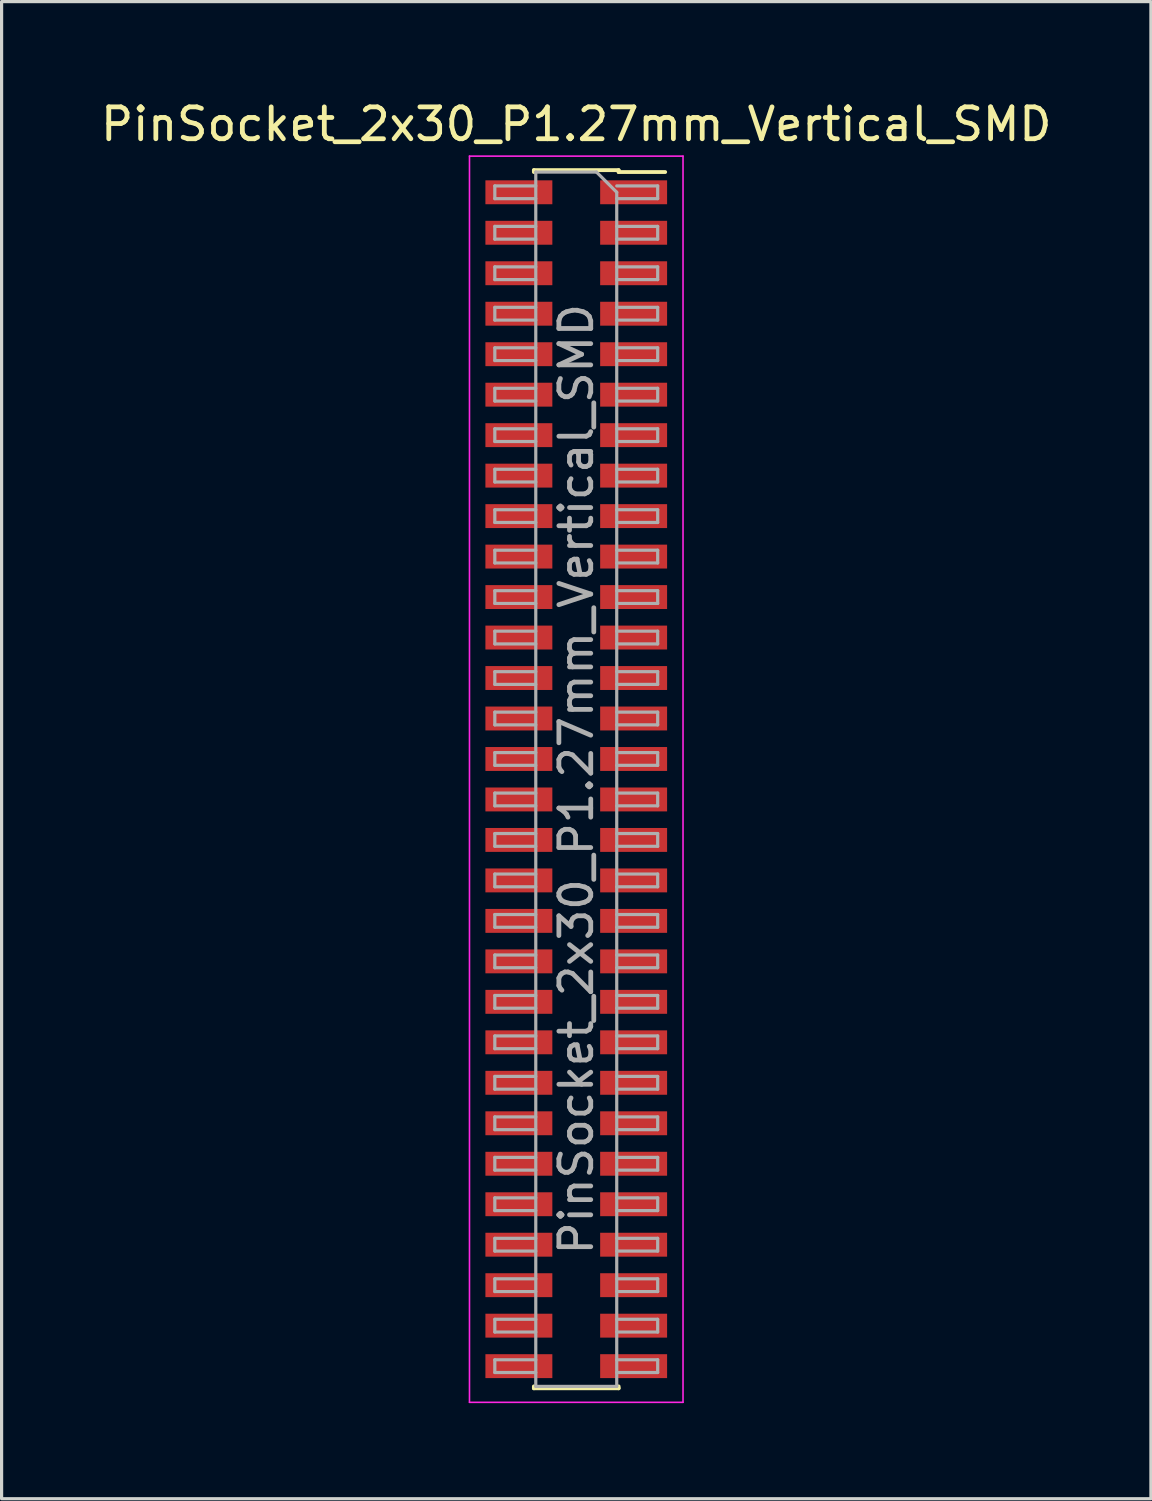
<source format=kicad_pcb>
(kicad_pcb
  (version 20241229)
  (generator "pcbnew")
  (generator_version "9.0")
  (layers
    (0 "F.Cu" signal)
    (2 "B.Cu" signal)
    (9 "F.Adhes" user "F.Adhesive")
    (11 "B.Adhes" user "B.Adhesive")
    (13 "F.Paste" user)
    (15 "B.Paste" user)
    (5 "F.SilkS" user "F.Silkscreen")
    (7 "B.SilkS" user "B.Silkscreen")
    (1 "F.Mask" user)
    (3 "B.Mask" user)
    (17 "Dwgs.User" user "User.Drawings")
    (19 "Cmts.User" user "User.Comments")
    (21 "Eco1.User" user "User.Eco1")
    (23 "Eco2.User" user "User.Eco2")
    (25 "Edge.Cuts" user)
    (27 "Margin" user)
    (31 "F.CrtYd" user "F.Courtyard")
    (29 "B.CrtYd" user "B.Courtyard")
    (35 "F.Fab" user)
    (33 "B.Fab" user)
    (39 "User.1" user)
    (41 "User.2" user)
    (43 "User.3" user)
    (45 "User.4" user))
  (footprint "PinSocket_2x30_P1.27mm_Vertical_SMD"
    (layer "F.Cu")
    (at 15.03 21.398)
    (property "Reference" "PinSocket_2x30_P1.27mm_Vertical_SMD" (at 0 -20.55 0) (layer "F.SilkS") (effects (font (size 1 1) (thickness 0.15))))
    (attr smd)
    (fp_line (start -1.33 -19.11) (end -1.33 -19.05) (stroke (width 0.12) (type solid)) (layer "F.SilkS"))
    (fp_line (start -1.33 -19.11) (end 1.33 -19.11) (stroke (width 0.12) (type solid)) (layer "F.SilkS"))
    (fp_line (start -1.33 19.05) (end -1.33 19.11) (stroke (width 0.12) (type solid)) (layer "F.SilkS"))
    (fp_line (start -1.33 19.11) (end 1.33 19.11) (stroke (width 0.12) (type solid)) (layer "F.SilkS"))
    (fp_line (start 1.33 -19.11) (end 1.33 -19.05) (stroke (width 0.12) (type solid)) (layer "F.SilkS"))
    (fp_line (start 1.33 -19.05) (end 2.79 -19.05) (stroke (width 0.12) (type solid)) (layer "F.SilkS"))
    (fp_line (start 1.33 19.05) (end 1.33 19.11) (stroke (width 0.12) (type solid)) (layer "F.SilkS"))
    (fp_line (start -3.35 -19.55) (end 3.35 -19.55) (stroke (width 0.05) (type solid)) (layer "F.CrtYd"))
    (fp_line (start -3.35 19.55) (end -3.35 -19.55) (stroke (width 0.05) (type solid)) (layer "F.CrtYd"))
    (fp_line (start 3.35 -19.55) (end 3.35 19.55) (stroke (width 0.05) (type solid)) (layer "F.CrtYd"))
    (fp_line (start 3.35 19.55) (end -3.35 19.55) (stroke (width 0.05) (type solid)) (layer "F.CrtYd"))
    (fp_line (start -2.555 -18.615) (end -1.27 -18.615) (stroke (width 0.1) (type solid)) (layer "F.Fab"))
    (fp_line (start -2.555 -18.215) (end -2.555 -18.615) (stroke (width 0.1) (type solid)) (layer "F.Fab"))
    (fp_line (start -2.555 -17.345) (end -1.27 -17.345) (stroke (width 0.1) (type solid)) (layer "F.Fab"))
    (fp_line (start -2.555 -16.945) (end -2.555 -17.345) (stroke (width 0.1) (type solid)) (layer "F.Fab"))
    (fp_line (start -2.555 -16.075) (end -1.27 -16.075) (stroke (width 0.1) (type solid)) (layer "F.Fab"))
    (fp_line (start -2.555 -15.675) (end -2.555 -16.075) (stroke (width 0.1) (type solid)) (layer "F.Fab"))
    (fp_line (start -2.555 -14.805) (end -1.27 -14.805) (stroke (width 0.1) (type solid)) (layer "F.Fab"))
    (fp_line (start -2.555 -14.405) (end -2.555 -14.805) (stroke (width 0.1) (type solid)) (layer "F.Fab"))
    (fp_line (start -2.555 -13.535) (end -1.27 -13.535) (stroke (width 0.1) (type solid)) (layer "F.Fab"))
    (fp_line (start -2.555 -13.135) (end -2.555 -13.535) (stroke (width 0.1) (type solid)) (layer "F.Fab"))
    (fp_line (start -2.555 -12.265) (end -1.27 -12.265) (stroke (width 0.1) (type solid)) (layer "F.Fab"))
    (fp_line (start -2.555 -11.865) (end -2.555 -12.265) (stroke (width 0.1) (type solid)) (layer "F.Fab"))
    (fp_line (start -2.555 -10.995) (end -1.27 -10.995) (stroke (width 0.1) (type solid)) (layer "F.Fab"))
    (fp_line (start -2.555 -10.595) (end -2.555 -10.995) (stroke (width 0.1) (type solid)) (layer "F.Fab"))
    (fp_line (start -2.555 -9.725) (end -1.27 -9.725) (stroke (width 0.1) (type solid)) (layer "F.Fab"))
    (fp_line (start -2.555 -9.325) (end -2.555 -9.725) (stroke (width 0.1) (type solid)) (layer "F.Fab"))
    (fp_line (start -2.555 -8.455) (end -1.27 -8.455) (stroke (width 0.1) (type solid)) (layer "F.Fab"))
    (fp_line (start -2.555 -8.055) (end -2.555 -8.455) (stroke (width 0.1) (type solid)) (layer "F.Fab"))
    (fp_line (start -2.555 -7.185) (end -1.27 -7.185) (stroke (width 0.1) (type solid)) (layer "F.Fab"))
    (fp_line (start -2.555 -6.785) (end -2.555 -7.185) (stroke (width 0.1) (type solid)) (layer "F.Fab"))
    (fp_line (start -2.555 -5.915) (end -1.27 -5.915) (stroke (width 0.1) (type solid)) (layer "F.Fab"))
    (fp_line (start -2.555 -5.515) (end -2.555 -5.915) (stroke (width 0.1) (type solid)) (layer "F.Fab"))
    (fp_line (start -2.555 -4.645) (end -1.27 -4.645) (stroke (width 0.1) (type solid)) (layer "F.Fab"))
    (fp_line (start -2.555 -4.245) (end -2.555 -4.645) (stroke (width 0.1) (type solid)) (layer "F.Fab"))
    (fp_line (start -2.555 -3.375) (end -1.27 -3.375) (stroke (width 0.1) (type solid)) (layer "F.Fab"))
    (fp_line (start -2.555 -2.975) (end -2.555 -3.375) (stroke (width 0.1) (type solid)) (layer "F.Fab"))
    (fp_line (start -2.555 -2.105) (end -1.27 -2.105) (stroke (width 0.1) (type solid)) (layer "F.Fab"))
    (fp_line (start -2.555 -1.705) (end -2.555 -2.105) (stroke (width 0.1) (type solid)) (layer "F.Fab"))
    (fp_line (start -2.555 -0.835) (end -1.27 -0.835) (stroke (width 0.1) (type solid)) (layer "F.Fab"))
    (fp_line (start -2.555 -0.435) (end -2.555 -0.835) (stroke (width 0.1) (type solid)) (layer "F.Fab"))
    (fp_line (start -2.555 0.435) (end -1.27 0.435) (stroke (width 0.1) (type solid)) (layer "F.Fab"))
    (fp_line (start -2.555 0.835) (end -2.555 0.435) (stroke (width 0.1) (type solid)) (layer "F.Fab"))
    (fp_line (start -2.555 1.705) (end -1.27 1.705) (stroke (width 0.1) (type solid)) (layer "F.Fab"))
    (fp_line (start -2.555 2.105) (end -2.555 1.705) (stroke (width 0.1) (type solid)) (layer "F.Fab"))
    (fp_line (start -2.555 2.975) (end -1.27 2.975) (stroke (width 0.1) (type solid)) (layer "F.Fab"))
    (fp_line (start -2.555 3.375) (end -2.555 2.975) (stroke (width 0.1) (type solid)) (layer "F.Fab"))
    (fp_line (start -2.555 4.245) (end -1.27 4.245) (stroke (width 0.1) (type solid)) (layer "F.Fab"))
    (fp_line (start -2.555 4.645) (end -2.555 4.245) (stroke (width 0.1) (type solid)) (layer "F.Fab"))
    (fp_line (start -2.555 5.515) (end -1.27 5.515) (stroke (width 0.1) (type solid)) (layer "F.Fab"))
    (fp_line (start -2.555 5.915) (end -2.555 5.515) (stroke (width 0.1) (type solid)) (layer "F.Fab"))
    (fp_line (start -2.555 6.785) (end -1.27 6.785) (stroke (width 0.1) (type solid)) (layer "F.Fab"))
    (fp_line (start -2.555 7.185) (end -2.555 6.785) (stroke (width 0.1) (type solid)) (layer "F.Fab"))
    (fp_line (start -2.555 8.055) (end -1.27 8.055) (stroke (width 0.1) (type solid)) (layer "F.Fab"))
    (fp_line (start -2.555 8.455) (end -2.555 8.055) (stroke (width 0.1) (type solid)) (layer "F.Fab"))
    (fp_line (start -2.555 9.325) (end -1.27 9.325) (stroke (width 0.1) (type solid)) (layer "F.Fab"))
    (fp_line (start -2.555 9.725) (end -2.555 9.325) (stroke (width 0.1) (type solid)) (layer "F.Fab"))
    (fp_line (start -2.555 10.595) (end -1.27 10.595) (stroke (width 0.1) (type solid)) (layer "F.Fab"))
    (fp_line (start -2.555 10.995) (end -2.555 10.595) (stroke (width 0.1) (type solid)) (layer "F.Fab"))
    (fp_line (start -2.555 11.865) (end -1.27 11.865) (stroke (width 0.1) (type solid)) (layer "F.Fab"))
    (fp_line (start -2.555 12.265) (end -2.555 11.865) (stroke (width 0.1) (type solid)) (layer "F.Fab"))
    (fp_line (start -2.555 13.135) (end -1.27 13.135) (stroke (width 0.1) (type solid)) (layer "F.Fab"))
    (fp_line (start -2.555 13.535) (end -2.555 13.135) (stroke (width 0.1) (type solid)) (layer "F.Fab"))
    (fp_line (start -2.555 14.405) (end -1.27 14.405) (stroke (width 0.1) (type solid)) (layer "F.Fab"))
    (fp_line (start -2.555 14.805) (end -2.555 14.405) (stroke (width 0.1) (type solid)) (layer "F.Fab"))
    (fp_line (start -2.555 15.675) (end -1.27 15.675) (stroke (width 0.1) (type solid)) (layer "F.Fab"))
    (fp_line (start -2.555 16.075) (end -2.555 15.675) (stroke (width 0.1) (type solid)) (layer "F.Fab"))
    (fp_line (start -2.555 16.945) (end -1.27 16.945) (stroke (width 0.1) (type solid)) (layer "F.Fab"))
    (fp_line (start -2.555 17.345) (end -2.555 16.945) (stroke (width 0.1) (type solid)) (layer "F.Fab"))
    (fp_line (start -2.555 18.215) (end -1.27 18.215) (stroke (width 0.1) (type solid)) (layer "F.Fab"))
    (fp_line (start -2.555 18.615) (end -2.555 18.215) (stroke (width 0.1) (type solid)) (layer "F.Fab"))
    (fp_line (start -1.27 -19.05) (end 0.635 -19.05) (stroke (width 0.1) (type solid)) (layer "F.Fab"))
    (fp_line (start -1.27 -18.215) (end -2.555 -18.215) (stroke (width 0.1) (type solid)) (layer "F.Fab"))
    (fp_line (start -1.27 -16.945) (end -2.555 -16.945) (stroke (width 0.1) (type solid)) (layer "F.Fab"))
    (fp_line (start -1.27 -15.675) (end -2.555 -15.675) (stroke (width 0.1) (type solid)) (layer "F.Fab"))
    (fp_line (start -1.27 -14.405) (end -2.555 -14.405) (stroke (width 0.1) (type solid)) (layer "F.Fab"))
    (fp_line (start -1.27 -13.135) (end -2.555 -13.135) (stroke (width 0.1) (type solid)) (layer "F.Fab"))
    (fp_line (start -1.27 -11.865) (end -2.555 -11.865) (stroke (width 0.1) (type solid)) (layer "F.Fab"))
    (fp_line (start -1.27 -10.595) (end -2.555 -10.595) (stroke (width 0.1) (type solid)) (layer "F.Fab"))
    (fp_line (start -1.27 -9.325) (end -2.555 -9.325) (stroke (width 0.1) (type solid)) (layer "F.Fab"))
    (fp_line (start -1.27 -8.055) (end -2.555 -8.055) (stroke (width 0.1) (type solid)) (layer "F.Fab"))
    (fp_line (start -1.27 -6.785) (end -2.555 -6.785) (stroke (width 0.1) (type solid)) (layer "F.Fab"))
    (fp_line (start -1.27 -5.515) (end -2.555 -5.515) (stroke (width 0.1) (type solid)) (layer "F.Fab"))
    (fp_line (start -1.27 -4.245) (end -2.555 -4.245) (stroke (width 0.1) (type solid)) (layer "F.Fab"))
    (fp_line (start -1.27 -2.975) (end -2.555 -2.975) (stroke (width 0.1) (type solid)) (layer "F.Fab"))
    (fp_line (start -1.27 -1.705) (end -2.555 -1.705) (stroke (width 0.1) (type solid)) (layer "F.Fab"))
    (fp_line (start -1.27 -0.435) (end -2.555 -0.435) (stroke (width 0.1) (type solid)) (layer "F.Fab"))
    (fp_line (start -1.27 0.835) (end -2.555 0.835) (stroke (width 0.1) (type solid)) (layer "F.Fab"))
    (fp_line (start -1.27 2.105) (end -2.555 2.105) (stroke (width 0.1) (type solid)) (layer "F.Fab"))
    (fp_line (start -1.27 3.375) (end -2.555 3.375) (stroke (width 0.1) (type solid)) (layer "F.Fab"))
    (fp_line (start -1.27 4.645) (end -2.555 4.645) (stroke (width 0.1) (type solid)) (layer "F.Fab"))
    (fp_line (start -1.27 5.915) (end -2.555 5.915) (stroke (width 0.1) (type solid)) (layer "F.Fab"))
    (fp_line (start -1.27 7.185) (end -2.555 7.185) (stroke (width 0.1) (type solid)) (layer "F.Fab"))
    (fp_line (start -1.27 8.455) (end -2.555 8.455) (stroke (width 0.1) (type solid)) (layer "F.Fab"))
    (fp_line (start -1.27 9.725) (end -2.555 9.725) (stroke (width 0.1) (type solid)) (layer "F.Fab"))
    (fp_line (start -1.27 10.995) (end -2.555 10.995) (stroke (width 0.1) (type solid)) (layer "F.Fab"))
    (fp_line (start -1.27 12.265) (end -2.555 12.265) (stroke (width 0.1) (type solid)) (layer "F.Fab"))
    (fp_line (start -1.27 13.535) (end -2.555 13.535) (stroke (width 0.1) (type solid)) (layer "F.Fab"))
    (fp_line (start -1.27 14.805) (end -2.555 14.805) (stroke (width 0.1) (type solid)) (layer "F.Fab"))
    (fp_line (start -1.27 16.075) (end -2.555 16.075) (stroke (width 0.1) (type solid)) (layer "F.Fab"))
    (fp_line (start -1.27 17.345) (end -2.555 17.345) (stroke (width 0.1) (type solid)) (layer "F.Fab"))
    (fp_line (start -1.27 18.615) (end -2.555 18.615) (stroke (width 0.1) (type solid)) (layer "F.Fab"))
    (fp_line (start -1.27 19.05) (end -1.27 -19.05) (stroke (width 0.1) (type solid)) (layer "F.Fab"))
    (fp_line (start 0.635 -19.05) (end 1.27 -18.415) (stroke (width 0.1) (type solid)) (layer "F.Fab"))
    (fp_line (start 1.27 -18.615) (end 2.555 -18.615) (stroke (width 0.1) (type solid)) (layer "F.Fab"))
    (fp_line (start 1.27 -18.415) (end 1.27 19.05) (stroke (width 0.1) (type solid)) (layer "F.Fab"))
    (fp_line (start 1.27 -17.345) (end 2.555 -17.345) (stroke (width 0.1) (type solid)) (layer "F.Fab"))
    (fp_line (start 1.27 -16.075) (end 2.555 -16.075) (stroke (width 0.1) (type solid)) (layer "F.Fab"))
    (fp_line (start 1.27 -14.805) (end 2.555 -14.805) (stroke (width 0.1) (type solid)) (layer "F.Fab"))
    (fp_line (start 1.27 -13.535) (end 2.555 -13.535) (stroke (width 0.1) (type solid)) (layer "F.Fab"))
    (fp_line (start 1.27 -12.265) (end 2.555 -12.265) (stroke (width 0.1) (type solid)) (layer "F.Fab"))
    (fp_line (start 1.27 -10.995) (end 2.555 -10.995) (stroke (width 0.1) (type solid)) (layer "F.Fab"))
    (fp_line (start 1.27 -9.725) (end 2.555 -9.725) (stroke (width 0.1) (type solid)) (layer "F.Fab"))
    (fp_line (start 1.27 -8.455) (end 2.555 -8.455) (stroke (width 0.1) (type solid)) (layer "F.Fab"))
    (fp_line (start 1.27 -7.185) (end 2.555 -7.185) (stroke (width 0.1) (type solid)) (layer "F.Fab"))
    (fp_line (start 1.27 -5.915) (end 2.555 -5.915) (stroke (width 0.1) (type solid)) (layer "F.Fab"))
    (fp_line (start 1.27 -4.645) (end 2.555 -4.645) (stroke (width 0.1) (type solid)) (layer "F.Fab"))
    (fp_line (start 1.27 -3.375) (end 2.555 -3.375) (stroke (width 0.1) (type solid)) (layer "F.Fab"))
    (fp_line (start 1.27 -2.105) (end 2.555 -2.105) (stroke (width 0.1) (type solid)) (layer "F.Fab"))
    (fp_line (start 1.27 -0.835) (end 2.555 -0.835) (stroke (width 0.1) (type solid)) (layer "F.Fab"))
    (fp_line (start 1.27 0.435) (end 2.555 0.435) (stroke (width 0.1) (type solid)) (layer "F.Fab"))
    (fp_line (start 1.27 1.705) (end 2.555 1.705) (stroke (width 0.1) (type solid)) (layer "F.Fab"))
    (fp_line (start 1.27 2.975) (end 2.555 2.975) (stroke (width 0.1) (type solid)) (layer "F.Fab"))
    (fp_line (start 1.27 4.245) (end 2.555 4.245) (stroke (width 0.1) (type solid)) (layer "F.Fab"))
    (fp_line (start 1.27 5.515) (end 2.555 5.515) (stroke (width 0.1) (type solid)) (layer "F.Fab"))
    (fp_line (start 1.27 6.785) (end 2.555 6.785) (stroke (width 0.1) (type solid)) (layer "F.Fab"))
    (fp_line (start 1.27 8.055) (end 2.555 8.055) (stroke (width 0.1) (type solid)) (layer "F.Fab"))
    (fp_line (start 1.27 9.325) (end 2.555 9.325) (stroke (width 0.1) (type solid)) (layer "F.Fab"))
    (fp_line (start 1.27 10.595) (end 2.555 10.595) (stroke (width 0.1) (type solid)) (layer "F.Fab"))
    (fp_line (start 1.27 11.865) (end 2.555 11.865) (stroke (width 0.1) (type solid)) (layer "F.Fab"))
    (fp_line (start 1.27 13.135) (end 2.555 13.135) (stroke (width 0.1) (type solid)) (layer "F.Fab"))
    (fp_line (start 1.27 14.405) (end 2.555 14.405) (stroke (width 0.1) (type solid)) (layer "F.Fab"))
    (fp_line (start 1.27 15.675) (end 2.555 15.675) (stroke (width 0.1) (type solid)) (layer "F.Fab"))
    (fp_line (start 1.27 16.945) (end 2.555 16.945) (stroke (width 0.1) (type solid)) (layer "F.Fab"))
    (fp_line (start 1.27 18.215) (end 2.555 18.215) (stroke (width 0.1) (type solid)) (layer "F.Fab"))
    (fp_line (start 1.27 19.05) (end -1.27 19.05) (stroke (width 0.1) (type solid)) (layer "F.Fab"))
    (fp_line (start 2.555 -18.615) (end 2.555 -18.215) (stroke (width 0.1) (type solid)) (layer "F.Fab"))
    (fp_line (start 2.555 -18.215) (end 1.27 -18.215) (stroke (width 0.1) (type solid)) (layer "F.Fab"))
    (fp_line (start 2.555 -17.345) (end 2.555 -16.945) (stroke (width 0.1) (type solid)) (layer "F.Fab"))
    (fp_line (start 2.555 -16.945) (end 1.27 -16.945) (stroke (width 0.1) (type solid)) (layer "F.Fab"))
    (fp_line (start 2.555 -16.075) (end 2.555 -15.675) (stroke (width 0.1) (type solid)) (layer "F.Fab"))
    (fp_line (start 2.555 -15.675) (end 1.27 -15.675) (stroke (width 0.1) (type solid)) (layer "F.Fab"))
    (fp_line (start 2.555 -14.805) (end 2.555 -14.405) (stroke (width 0.1) (type solid)) (layer "F.Fab"))
    (fp_line (start 2.555 -14.405) (end 1.27 -14.405) (stroke (width 0.1) (type solid)) (layer "F.Fab"))
    (fp_line (start 2.555 -13.535) (end 2.555 -13.135) (stroke (width 0.1) (type solid)) (layer "F.Fab"))
    (fp_line (start 2.555 -13.135) (end 1.27 -13.135) (stroke (width 0.1) (type solid)) (layer "F.Fab"))
    (fp_line (start 2.555 -12.265) (end 2.555 -11.865) (stroke (width 0.1) (type solid)) (layer "F.Fab"))
    (fp_line (start 2.555 -11.865) (end 1.27 -11.865) (stroke (width 0.1) (type solid)) (layer "F.Fab"))
    (fp_line (start 2.555 -10.995) (end 2.555 -10.595) (stroke (width 0.1) (type solid)) (layer "F.Fab"))
    (fp_line (start 2.555 -10.595) (end 1.27 -10.595) (stroke (width 0.1) (type solid)) (layer "F.Fab"))
    (fp_line (start 2.555 -9.725) (end 2.555 -9.325) (stroke (width 0.1) (type solid)) (layer "F.Fab"))
    (fp_line (start 2.555 -9.325) (end 1.27 -9.325) (stroke (width 0.1) (type solid)) (layer "F.Fab"))
    (fp_line (start 2.555 -8.455) (end 2.555 -8.055) (stroke (width 0.1) (type solid)) (layer "F.Fab"))
    (fp_line (start 2.555 -8.055) (end 1.27 -8.055) (stroke (width 0.1) (type solid)) (layer "F.Fab"))
    (fp_line (start 2.555 -7.185) (end 2.555 -6.785) (stroke (width 0.1) (type solid)) (layer "F.Fab"))
    (fp_line (start 2.555 -6.785) (end 1.27 -6.785) (stroke (width 0.1) (type solid)) (layer "F.Fab"))
    (fp_line (start 2.555 -5.915) (end 2.555 -5.515) (stroke (width 0.1) (type solid)) (layer "F.Fab"))
    (fp_line (start 2.555 -5.515) (end 1.27 -5.515) (stroke (width 0.1) (type solid)) (layer "F.Fab"))
    (fp_line (start 2.555 -4.645) (end 2.555 -4.245) (stroke (width 0.1) (type solid)) (layer "F.Fab"))
    (fp_line (start 2.555 -4.245) (end 1.27 -4.245) (stroke (width 0.1) (type solid)) (layer "F.Fab"))
    (fp_line (start 2.555 -3.375) (end 2.555 -2.975) (stroke (width 0.1) (type solid)) (layer "F.Fab"))
    (fp_line (start 2.555 -2.975) (end 1.27 -2.975) (stroke (width 0.1) (type solid)) (layer "F.Fab"))
    (fp_line (start 2.555 -2.105) (end 2.555 -1.705) (stroke (width 0.1) (type solid)) (layer "F.Fab"))
    (fp_line (start 2.555 -1.705) (end 1.27 -1.705) (stroke (width 0.1) (type solid)) (layer "F.Fab"))
    (fp_line (start 2.555 -0.835) (end 2.555 -0.435) (stroke (width 0.1) (type solid)) (layer "F.Fab"))
    (fp_line (start 2.555 -0.435) (end 1.27 -0.435) (stroke (width 0.1) (type solid)) (layer "F.Fab"))
    (fp_line (start 2.555 0.435) (end 2.555 0.835) (stroke (width 0.1) (type solid)) (layer "F.Fab"))
    (fp_line (start 2.555 0.835) (end 1.27 0.835) (stroke (width 0.1) (type solid)) (layer "F.Fab"))
    (fp_line (start 2.555 1.705) (end 2.555 2.105) (stroke (width 0.1) (type solid)) (layer "F.Fab"))
    (fp_line (start 2.555 2.105) (end 1.27 2.105) (stroke (width 0.1) (type solid)) (layer "F.Fab"))
    (fp_line (start 2.555 2.975) (end 2.555 3.375) (stroke (width 0.1) (type solid)) (layer "F.Fab"))
    (fp_line (start 2.555 3.375) (end 1.27 3.375) (stroke (width 0.1) (type solid)) (layer "F.Fab"))
    (fp_line (start 2.555 4.245) (end 2.555 4.645) (stroke (width 0.1) (type solid)) (layer "F.Fab"))
    (fp_line (start 2.555 4.645) (end 1.27 4.645) (stroke (width 0.1) (type solid)) (layer "F.Fab"))
    (fp_line (start 2.555 5.515) (end 2.555 5.915) (stroke (width 0.1) (type solid)) (layer "F.Fab"))
    (fp_line (start 2.555 5.915) (end 1.27 5.915) (stroke (width 0.1) (type solid)) (layer "F.Fab"))
    (fp_line (start 2.555 6.785) (end 2.555 7.185) (stroke (width 0.1) (type solid)) (layer "F.Fab"))
    (fp_line (start 2.555 7.185) (end 1.27 7.185) (stroke (width 0.1) (type solid)) (layer "F.Fab"))
    (fp_line (start 2.555 8.055) (end 2.555 8.455) (stroke (width 0.1) (type solid)) (layer "F.Fab"))
    (fp_line (start 2.555 8.455) (end 1.27 8.455) (stroke (width 0.1) (type solid)) (layer "F.Fab"))
    (fp_line (start 2.555 9.325) (end 2.555 9.725) (stroke (width 0.1) (type solid)) (layer "F.Fab"))
    (fp_line (start 2.555 9.725) (end 1.27 9.725) (stroke (width 0.1) (type solid)) (layer "F.Fab"))
    (fp_line (start 2.555 10.595) (end 2.555 10.995) (stroke (width 0.1) (type solid)) (layer "F.Fab"))
    (fp_line (start 2.555 10.995) (end 1.27 10.995) (stroke (width 0.1) (type solid)) (layer "F.Fab"))
    (fp_line (start 2.555 11.865) (end 2.555 12.265) (stroke (width 0.1) (type solid)) (layer "F.Fab"))
    (fp_line (start 2.555 12.265) (end 1.27 12.265) (stroke (width 0.1) (type solid)) (layer "F.Fab"))
    (fp_line (start 2.555 13.135) (end 2.555 13.535) (stroke (width 0.1) (type solid)) (layer "F.Fab"))
    (fp_line (start 2.555 13.535) (end 1.27 13.535) (stroke (width 0.1) (type solid)) (layer "F.Fab"))
    (fp_line (start 2.555 14.405) (end 2.555 14.805) (stroke (width 0.1) (type solid)) (layer "F.Fab"))
    (fp_line (start 2.555 14.805) (end 1.27 14.805) (stroke (width 0.1) (type solid)) (layer "F.Fab"))
    (fp_line (start 2.555 15.675) (end 2.555 16.075) (stroke (width 0.1) (type solid)) (layer "F.Fab"))
    (fp_line (start 2.555 16.075) (end 1.27 16.075) (stroke (width 0.1) (type solid)) (layer "F.Fab"))
    (fp_line (start 2.555 16.945) (end 2.555 17.345) (stroke (width 0.1) (type solid)) (layer "F.Fab"))
    (fp_line (start 2.555 17.345) (end 1.27 17.345) (stroke (width 0.1) (type solid)) (layer "F.Fab"))
    (fp_line (start 2.555 18.215) (end 2.555 18.615) (stroke (width 0.1) (type solid)) (layer "F.Fab"))
    (fp_line (start 2.555 18.615) (end 1.27 18.615) (stroke (width 0.1) (type solid)) (layer "F.Fab"))
    (fp_text user "${REFERENCE}" (at 0 0 90) (layer "F.Fab") (effects (font (size 1 1) (thickness 0.15))))
    (pad "1" smd rect (at 1.8 -18.415) (size 2.1 0.75) (layers "F.Cu" "F.Mask" "F.Paste"))
    (pad "2" smd rect (at -1.8 -18.415) (size 2.1 0.75) (layers "F.Cu" "F.Mask" "F.Paste"))
    (pad "3" smd rect (at 1.8 -17.145) (size 2.1 0.75) (layers "F.Cu" "F.Mask" "F.Paste"))
    (pad "4" smd rect (at -1.8 -17.145) (size 2.1 0.75) (layers "F.Cu" "F.Mask" "F.Paste"))
    (pad "5" smd rect (at 1.8 -15.875) (size 2.1 0.75) (layers "F.Cu" "F.Mask" "F.Paste"))
    (pad "6" smd rect (at -1.8 -15.875) (size 2.1 0.75) (layers "F.Cu" "F.Mask" "F.Paste"))
    (pad "7" smd rect (at 1.8 -14.605) (size 2.1 0.75) (layers "F.Cu" "F.Mask" "F.Paste"))
    (pad "8" smd rect (at -1.8 -14.605) (size 2.1 0.75) (layers "F.Cu" "F.Mask" "F.Paste"))
    (pad "9" smd rect (at 1.8 -13.335) (size 2.1 0.75) (layers "F.Cu" "F.Mask" "F.Paste"))
    (pad "10" smd rect (at -1.8 -13.335) (size 2.1 0.75) (layers "F.Cu" "F.Mask" "F.Paste"))
    (pad "11" smd rect (at 1.8 -12.065) (size 2.1 0.75) (layers "F.Cu" "F.Mask" "F.Paste"))
    (pad "12" smd rect (at -1.8 -12.065) (size 2.1 0.75) (layers "F.Cu" "F.Mask" "F.Paste"))
    (pad "13" smd rect (at 1.8 -10.795) (size 2.1 0.75) (layers "F.Cu" "F.Mask" "F.Paste"))
    (pad "14" smd rect (at -1.8 -10.795) (size 2.1 0.75) (layers "F.Cu" "F.Mask" "F.Paste"))
    (pad "15" smd rect (at 1.8 -9.525) (size 2.1 0.75) (layers "F.Cu" "F.Mask" "F.Paste"))
    (pad "16" smd rect (at -1.8 -9.525) (size 2.1 0.75) (layers "F.Cu" "F.Mask" "F.Paste"))
    (pad "17" smd rect (at 1.8 -8.255) (size 2.1 0.75) (layers "F.Cu" "F.Mask" "F.Paste"))
    (pad "18" smd rect (at -1.8 -8.255) (size 2.1 0.75) (layers "F.Cu" "F.Mask" "F.Paste"))
    (pad "19" smd rect (at 1.8 -6.985) (size 2.1 0.75) (layers "F.Cu" "F.Mask" "F.Paste"))
    (pad "20" smd rect (at -1.8 -6.985) (size 2.1 0.75) (layers "F.Cu" "F.Mask" "F.Paste"))
    (pad "21" smd rect (at 1.8 -5.715) (size 2.1 0.75) (layers "F.Cu" "F.Mask" "F.Paste"))
    (pad "22" smd rect (at -1.8 -5.715) (size 2.1 0.75) (layers "F.Cu" "F.Mask" "F.Paste"))
    (pad "23" smd rect (at 1.8 -4.445) (size 2.1 0.75) (layers "F.Cu" "F.Mask" "F.Paste"))
    (pad "24" smd rect (at -1.8 -4.445) (size 2.1 0.75) (layers "F.Cu" "F.Mask" "F.Paste"))
    (pad "25" smd rect (at 1.8 -3.175) (size 2.1 0.75) (layers "F.Cu" "F.Mask" "F.Paste"))
    (pad "26" smd rect (at -1.8 -3.175) (size 2.1 0.75) (layers "F.Cu" "F.Mask" "F.Paste"))
    (pad "27" smd rect (at 1.8 -1.905) (size 2.1 0.75) (layers "F.Cu" "F.Mask" "F.Paste"))
    (pad "28" smd rect (at -1.8 -1.905) (size 2.1 0.75) (layers "F.Cu" "F.Mask" "F.Paste"))
    (pad "29" smd rect (at 1.8 -0.635) (size 2.1 0.75) (layers "F.Cu" "F.Mask" "F.Paste"))
    (pad "30" smd rect (at -1.8 -0.635) (size 2.1 0.75) (layers "F.Cu" "F.Mask" "F.Paste"))
    (pad "31" smd rect (at 1.8 0.635) (size 2.1 0.75) (layers "F.Cu" "F.Mask" "F.Paste"))
    (pad "32" smd rect (at -1.8 0.635) (size 2.1 0.75) (layers "F.Cu" "F.Mask" "F.Paste"))
    (pad "33" smd rect (at 1.8 1.905) (size 2.1 0.75) (layers "F.Cu" "F.Mask" "F.Paste"))
    (pad "34" smd rect (at -1.8 1.905) (size 2.1 0.75) (layers "F.Cu" "F.Mask" "F.Paste"))
    (pad "35" smd rect (at 1.8 3.175) (size 2.1 0.75) (layers "F.Cu" "F.Mask" "F.Paste"))
    (pad "36" smd rect (at -1.8 3.175) (size 2.1 0.75) (layers "F.Cu" "F.Mask" "F.Paste"))
    (pad "37" smd rect (at 1.8 4.445) (size 2.1 0.75) (layers "F.Cu" "F.Mask" "F.Paste"))
    (pad "38" smd rect (at -1.8 4.445) (size 2.1 0.75) (layers "F.Cu" "F.Mask" "F.Paste"))
    (pad "39" smd rect (at 1.8 5.715) (size 2.1 0.75) (layers "F.Cu" "F.Mask" "F.Paste"))
    (pad "40" smd rect (at -1.8 5.715) (size 2.1 0.75) (layers "F.Cu" "F.Mask" "F.Paste"))
    (pad "41" smd rect (at 1.8 6.985) (size 2.1 0.75) (layers "F.Cu" "F.Mask" "F.Paste"))
    (pad "42" smd rect (at -1.8 6.985) (size 2.1 0.75) (layers "F.Cu" "F.Mask" "F.Paste"))
    (pad "43" smd rect (at 1.8 8.255) (size 2.1 0.75) (layers "F.Cu" "F.Mask" "F.Paste"))
    (pad "44" smd rect (at -1.8 8.255) (size 2.1 0.75) (layers "F.Cu" "F.Mask" "F.Paste"))
    (pad "45" smd rect (at 1.8 9.525) (size 2.1 0.75) (layers "F.Cu" "F.Mask" "F.Paste"))
    (pad "46" smd rect (at -1.8 9.525) (size 2.1 0.75) (layers "F.Cu" "F.Mask" "F.Paste"))
    (pad "47" smd rect (at 1.8 10.795) (size 2.1 0.75) (layers "F.Cu" "F.Mask" "F.Paste"))
    (pad "48" smd rect (at -1.8 10.795) (size 2.1 0.75) (layers "F.Cu" "F.Mask" "F.Paste"))
    (pad "49" smd rect (at 1.8 12.065) (size 2.1 0.75) (layers "F.Cu" "F.Mask" "F.Paste"))
    (pad "50" smd rect (at -1.8 12.065) (size 2.1 0.75) (layers "F.Cu" "F.Mask" "F.Paste"))
    (pad "51" smd rect (at 1.8 13.335) (size 2.1 0.75) (layers "F.Cu" "F.Mask" "F.Paste"))
    (pad "52" smd rect (at -1.8 13.335) (size 2.1 0.75) (layers "F.Cu" "F.Mask" "F.Paste"))
    (pad "53" smd rect (at 1.8 14.605) (size 2.1 0.75) (layers "F.Cu" "F.Mask" "F.Paste"))
    (pad "54" smd rect (at -1.8 14.605) (size 2.1 0.75) (layers "F.Cu" "F.Mask" "F.Paste"))
    (pad "55" smd rect (at 1.8 15.875) (size 2.1 0.75) (layers "F.Cu" "F.Mask" "F.Paste"))
    (pad "56" smd rect (at -1.8 15.875) (size 2.1 0.75) (layers "F.Cu" "F.Mask" "F.Paste"))
    (pad "57" smd rect (at 1.8 17.145) (size 2.1 0.75) (layers "F.Cu" "F.Mask" "F.Paste"))
    (pad "58" smd rect (at -1.8 17.145) (size 2.1 0.75) (layers "F.Cu" "F.Mask" "F.Paste"))
    (pad "59" smd rect (at 1.8 18.415) (size 2.1 0.75) (layers "F.Cu" "F.Mask" "F.Paste"))
    (pad "60" smd rect (at -1.8 18.415) (size 2.1 0.75) (layers "F.Cu" "F.Mask" "F.Paste")))
  (gr_rect
    (start -3 -3)
    (end 33.06 43.973)
    (stroke (width 0.1) (type default))
    (fill no)
    (layer "Edge.Cuts")))
</source>
